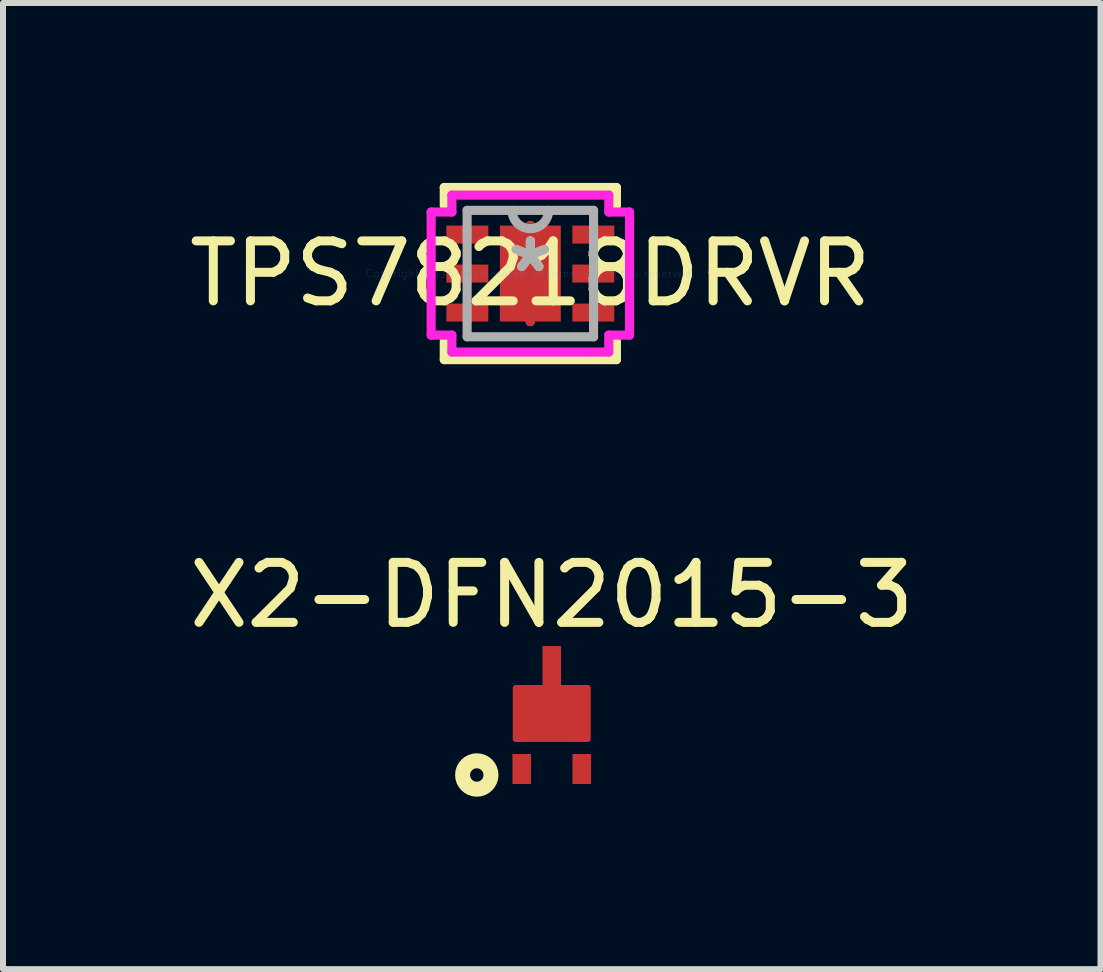
<source format=kicad_pcb>
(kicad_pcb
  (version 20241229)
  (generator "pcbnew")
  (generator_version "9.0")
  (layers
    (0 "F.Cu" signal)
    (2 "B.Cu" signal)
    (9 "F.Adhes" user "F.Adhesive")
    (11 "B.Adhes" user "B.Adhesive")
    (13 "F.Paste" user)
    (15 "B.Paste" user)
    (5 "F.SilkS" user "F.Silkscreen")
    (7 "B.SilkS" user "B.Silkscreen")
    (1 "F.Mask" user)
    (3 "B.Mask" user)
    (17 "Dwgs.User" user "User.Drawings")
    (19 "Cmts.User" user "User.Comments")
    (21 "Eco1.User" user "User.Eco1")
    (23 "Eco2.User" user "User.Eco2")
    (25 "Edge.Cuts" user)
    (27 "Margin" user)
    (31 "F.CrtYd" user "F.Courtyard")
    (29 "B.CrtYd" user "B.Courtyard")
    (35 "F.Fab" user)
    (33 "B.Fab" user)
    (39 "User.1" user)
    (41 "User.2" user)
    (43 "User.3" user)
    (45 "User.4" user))
  (footprint "X2-DFN2015-3"
    (layer "F.Cu")
    (at 6.149 8.871)
    (property "Reference" "X2-DFN2015-3" (at 0 -2 0) (layer "F.SilkS") (effects (font (size 1 1) (thickness 0.15))))
    (attr smd)
    (fp_poly (pts (xy 0.6 0.4) (xy -0.6 0.4) (xy -0.6 -0.45) (xy 0.6 -0.45)) (stroke (width 0.1) (type solid)) (fill yes) (layer "F.Cu"))
    (fp_poly (pts (xy 0.6 0.4) (xy -0.6 0.4) (xy -0.6 -0.45) (xy 0.6 -0.45)) (stroke (width 0.1) (type solid)) (fill yes) (layer "F.Mask"))
    (fp_circle (center -1.25 1) (end -1.138 1) (stroke (width 0.25) (type solid)) (fill no) (layer "F.SilkS"))
    (fp_poly (pts (xy 0.6 0.4) (xy -0.6 0.4) (xy -0.6 -0.45) (xy 0.6 -0.45)) (stroke (width 0.1) (type solid)) (fill yes) (layer "F.Paste"))
    (pad "1" smd rect (at -0.5 0.9) (size 0.31 0.5) (layers "F.Cu" "F.Mask" "F.Paste"))
    (pad "2" smd rect (at 0.5 0.9) (size 0.31 0.5) (layers "F.Cu" "F.Mask" "F.Paste"))
    (pad "3" smd rect (at 0 -0.825) (size 0.31 0.65) (layers "F.Cu" "F.Mask" "F.Paste")))
  (footprint "TPS78218DRVR"
    (layer "F.Cu")
    (at 5.792 1.511)
    (property "Reference" "TPS78218DRVR" (at 0 0 0) (layer "F.SilkS") (effects (font (size 1 1) (thickness 0.15))))
    (attr through_hole)
    (fp_line (start 0 -0.8) (end 0 -0.8) (stroke (width 0.152) (type solid)) (layer "F.Cu"))
    (fp_line (start 0 -0.8) (end 0 -0.8) (stroke (width 0.152) (type solid)) (layer "F.Cu"))
    (fp_line (start 0 -0.8) (end 0 -0.8) (stroke (width 0.152) (type solid)) (layer "F.Cu"))
    (fp_line (start 0 -0.8) (end 0 -0.8) (stroke (width 0.152) (type solid)) (layer "F.Cu"))
    (fp_line (start 0 -0.8) (end 0 -0.8) (stroke (width 0.152) (type solid)) (layer "F.Cu"))
    (fp_line (start 0 -0.8) (end 0 -0.8) (stroke (width 0.152) (type solid)) (layer "F.Cu"))
    (fp_line (start 0 -0.8) (end 0 -0.8) (stroke (width 0.152) (type solid)) (layer "F.Cu"))
    (fp_line (start 0 -0.8) (end 0 -0.8) (stroke (width 0.152) (type solid)) (layer "F.Cu"))
    (fp_line (start 0 0.8) (end 0 0.8) (stroke (width 0.152) (type solid)) (layer "F.Cu"))
    (fp_line (start 0 0.8) (end 0 0.8) (stroke (width 0.152) (type solid)) (layer "F.Cu"))
    (fp_line (start 0 0.8) (end 0 0.8) (stroke (width 0.152) (type solid)) (layer "F.Cu"))
    (fp_line (start 0 0.8) (end 0 0.8) (stroke (width 0.152) (type solid)) (layer "F.Cu"))
    (fp_line (start 0 0.8) (end 0 0.8) (stroke (width 0.152) (type solid)) (layer "F.Cu"))
    (fp_line (start 0 0.8) (end 0 0.8) (stroke (width 0.152) (type solid)) (layer "F.Cu"))
    (fp_line (start 0 0.8) (end 0 0.8) (stroke (width 0.152) (type solid)) (layer "F.Cu"))
    (fp_line (start 0 0.8) (end 0 0.8) (stroke (width 0.152) (type solid)) (layer "F.Cu"))
    (fp_line (start -1.47 -0.87) (end -1.47 -0.43) (stroke (width 0.152) (type solid)) (layer "F.Mask"))
    (fp_line (start -1.47 -0.43) (end -0.63 -0.43) (stroke (width 0.152) (type solid)) (layer "F.Mask"))
    (fp_line (start -1.47 -0.22) (end -1.47 0.22) (stroke (width 0.152) (type solid)) (layer "F.Mask"))
    (fp_line (start -1.47 0.22) (end -0.63 0.22) (stroke (width 0.152) (type solid)) (layer "F.Mask"))
    (fp_line (start -1.47 0.43) (end -1.47 0.87) (stroke (width 0.152) (type solid)) (layer "F.Mask"))
    (fp_line (start -1.47 0.87) (end -0.63 0.87) (stroke (width 0.152) (type solid)) (layer "F.Mask"))
    (fp_line (start -0.63 -0.87) (end -1.47 -0.87) (stroke (width 0.152) (type solid)) (layer "F.Mask"))
    (fp_line (start -0.63 -0.43) (end -0.63 -0.87) (stroke (width 0.152) (type solid)) (layer "F.Mask"))
    (fp_line (start -0.63 -0.22) (end -1.47 -0.22) (stroke (width 0.152) (type solid)) (layer "F.Mask"))
    (fp_line (start -0.63 0.22) (end -0.63 -0.22) (stroke (width 0.152) (type solid)) (layer "F.Mask"))
    (fp_line (start -0.63 0.43) (end -1.47 0.43) (stroke (width 0.152) (type solid)) (layer "F.Mask"))
    (fp_line (start -0.63 0.87) (end -0.63 0.43) (stroke (width 0.152) (type solid)) (layer "F.Mask"))
    (fp_line (start -0.572 -0.864) (end -0.2 -0.864) (stroke (width 0.152) (type solid)) (layer "F.Mask"))
    (fp_line (start -0.572 -0.864) (end 0.572 -0.864) (stroke (width 0.152) (type solid)) (layer "F.Mask"))
    (fp_line (start -0.572 -0.594) (end -0.572 -0.864) (stroke (width 0.152) (type solid)) (layer "F.Mask"))
    (fp_line (start -0.572 -0.194) (end 0.572 -0.194) (stroke (width 0.152) (type solid)) (layer "F.Mask"))
    (fp_line (start -0.572 0.194) (end -0.572 -0.194) (stroke (width 0.152) (type solid)) (layer "F.Mask"))
    (fp_line (start -0.572 0.594) (end 0.572 0.594) (stroke (width 0.152) (type solid)) (layer "F.Mask"))
    (fp_line (start -0.572 0.864) (end -0.572 -0.864) (stroke (width 0.152) (type solid)) (layer "F.Mask"))
    (fp_line (start -0.572 0.864) (end -0.572 0.594) (stroke (width 0.152) (type solid)) (layer "F.Mask"))
    (fp_line (start -0.2 -0.864) (end -0.2 0.864) (stroke (width 0.152) (type solid)) (layer "F.Mask"))
    (fp_line (start -0.2 0.864) (end -0.572 0.864) (stroke (width 0.152) (type solid)) (layer "F.Mask"))
    (fp_line (start 0 -0.8) (end 0 -0.8) (stroke (width 0.152) (type solid)) (layer "F.Mask"))
    (fp_line (start 0 -0.8) (end 0 -0.8) (stroke (width 0.152) (type solid)) (layer "F.Mask"))
    (fp_line (start 0 -0.8) (end 0 -0.8) (stroke (width 0.152) (type solid)) (layer "F.Mask"))
    (fp_line (start 0 -0.8) (end 0 -0.8) (stroke (width 0.152) (type solid)) (layer "F.Mask"))
    (fp_line (start 0 -0.8) (end 0 -0.8) (stroke (width 0.152) (type solid)) (layer "F.Mask"))
    (fp_line (start 0 -0.8) (end 0 -0.8) (stroke (width 0.152) (type solid)) (layer "F.Mask"))
    (fp_line (start 0 -0.8) (end 0 -0.8) (stroke (width 0.152) (type solid)) (layer "F.Mask"))
    (fp_line (start 0 -0.8) (end 0 -0.8) (stroke (width 0.152) (type solid)) (layer "F.Mask"))
    (fp_line (start 0 0.8) (end 0 0.8) (stroke (width 0.152) (type solid)) (layer "F.Mask"))
    (fp_line (start 0 0.8) (end 0 0.8) (stroke (width 0.152) (type solid)) (layer "F.Mask"))
    (fp_line (start 0 0.8) (end 0 0.8) (stroke (width 0.152) (type solid)) (layer "F.Mask"))
    (fp_line (start 0 0.8) (end 0 0.8) (stroke (width 0.152) (type solid)) (layer "F.Mask"))
    (fp_line (start 0 0.8) (end 0 0.8) (stroke (width 0.152) (type solid)) (layer "F.Mask"))
    (fp_line (start 0 0.8) (end 0 0.8) (stroke (width 0.152) (type solid)) (layer "F.Mask"))
    (fp_line (start 0 0.8) (end 0 0.8) (stroke (width 0.152) (type solid)) (layer "F.Mask"))
    (fp_line (start 0 0.8) (end 0 0.8) (stroke (width 0.152) (type solid)) (layer "F.Mask"))
    (fp_line (start 0.2 -0.864) (end 0.572 -0.864) (stroke (width 0.152) (type solid)) (layer "F.Mask"))
    (fp_line (start 0.2 0.864) (end 0.2 -0.864) (stroke (width 0.152) (type solid)) (layer "F.Mask"))
    (fp_line (start 0.572 -0.864) (end 0.572 -0.594) (stroke (width 0.152) (type solid)) (layer "F.Mask"))
    (fp_line (start 0.572 -0.864) (end 0.572 0.864) (stroke (width 0.152) (type solid)) (layer "F.Mask"))
    (fp_line (start 0.572 -0.594) (end -0.572 -0.594) (stroke (width 0.152) (type solid)) (layer "F.Mask"))
    (fp_line (start 0.572 -0.194) (end 0.572 0.194) (stroke (width 0.152) (type solid)) (layer "F.Mask"))
    (fp_line (start 0.572 0.194) (end -0.572 0.194) (stroke (width 0.152) (type solid)) (layer "F.Mask"))
    (fp_line (start 0.572 0.594) (end 0.572 0.864) (stroke (width 0.152) (type solid)) (layer "F.Mask"))
    (fp_line (start 0.572 0.864) (end -0.572 0.864) (stroke (width 0.152) (type solid)) (layer "F.Mask"))
    (fp_line (start 0.572 0.864) (end 0.2 0.864) (stroke (width 0.152) (type solid)) (layer "F.Mask"))
    (fp_line (start 0.63 -0.87) (end 0.63 -0.43) (stroke (width 0.152) (type solid)) (layer "F.Mask"))
    (fp_line (start 0.63 -0.43) (end 1.47 -0.43) (stroke (width 0.152) (type solid)) (layer "F.Mask"))
    (fp_line (start 0.63 -0.22) (end 0.63 0.22) (stroke (width 0.152) (type solid)) (layer "F.Mask"))
    (fp_line (start 0.63 0.22) (end 1.47 0.22) (stroke (width 0.152) (type solid)) (layer "F.Mask"))
    (fp_line (start 0.63 0.43) (end 0.63 0.87) (stroke (width 0.152) (type solid)) (layer "F.Mask"))
    (fp_line (start 0.63 0.87) (end 1.47 0.87) (stroke (width 0.152) (type solid)) (layer "F.Mask"))
    (fp_line (start 1.47 -0.87) (end 0.63 -0.87) (stroke (width 0.152) (type solid)) (layer "F.Mask"))
    (fp_line (start 1.47 -0.43) (end 1.47 -0.87) (stroke (width 0.152) (type solid)) (layer "F.Mask"))
    (fp_line (start 1.47 -0.22) (end 0.63 -0.22) (stroke (width 0.152) (type solid)) (layer "F.Mask"))
    (fp_line (start 1.47 0.22) (end 1.47 -0.22) (stroke (width 0.152) (type solid)) (layer "F.Mask"))
    (fp_line (start 1.47 0.43) (end 0.63 0.43) (stroke (width 0.152) (type solid)) (layer "F.Mask"))
    (fp_line (start 1.47 0.87) (end 1.47 0.43) (stroke (width 0.152) (type solid)) (layer "F.Mask"))
    (fp_line (start -1.435 -1.435) (end -1.435 -1.131) (stroke (width 0.152) (type solid)) (layer "F.SilkS"))
    (fp_line (start -1.435 1.131) (end -1.435 1.435) (stroke (width 0.152) (type solid)) (layer "F.SilkS"))
    (fp_line (start -1.435 1.435) (end 1.435 1.435) (stroke (width 0.152) (type solid)) (layer "F.SilkS"))
    (fp_line (start 1.435 -1.435) (end -1.435 -1.435) (stroke (width 0.152) (type solid)) (layer "F.SilkS"))
    (fp_line (start 1.435 -1.131) (end 1.435 -1.435) (stroke (width 0.152) (type solid)) (layer "F.SilkS"))
    (fp_line (start 1.435 1.435) (end 1.435 1.131) (stroke (width 0.152) (type solid)) (layer "F.SilkS"))
    (fp_line (start -1.375 -0.775) (end -1.375 -0.525) (stroke (width 0.152) (type solid)) (layer "F.Paste"))
    (fp_line (start -1.375 -0.525) (end -0.725 -0.525) (stroke (width 0.152) (type solid)) (layer "F.Paste"))
    (fp_line (start -1.375 -0.125) (end -1.375 0.125) (stroke (width 0.152) (type solid)) (layer "F.Paste"))
    (fp_line (start -1.375 0.125) (end -0.725 0.125) (stroke (width 0.152) (type solid)) (layer "F.Paste"))
    (fp_line (start -1.375 0.525) (end -1.375 0.775) (stroke (width 0.152) (type solid)) (layer "F.Paste"))
    (fp_line (start -1.375 0.775) (end -0.725 0.775) (stroke (width 0.152) (type solid)) (layer "F.Paste"))
    (fp_line (start -0.725 -0.775) (end -1.375 -0.775) (stroke (width 0.152) (type solid)) (layer "F.Paste"))
    (fp_line (start -0.725 -0.525) (end -0.725 -0.775) (stroke (width 0.152) (type solid)) (layer "F.Paste"))
    (fp_line (start -0.725 -0.125) (end -1.375 -0.125) (stroke (width 0.152) (type solid)) (layer "F.Paste"))
    (fp_line (start -0.725 0.125) (end -0.725 -0.125) (stroke (width 0.152) (type solid)) (layer "F.Paste"))
    (fp_line (start -0.725 0.525) (end -1.375 0.525) (stroke (width 0.152) (type solid)) (layer "F.Paste"))
    (fp_line (start -0.725 0.775) (end -0.725 0.525) (stroke (width 0.152) (type solid)) (layer "F.Paste"))
    (fp_line (start -0.433 -0.725) (end -0.433 -0.494) (stroke (width 0.152) (type solid)) (layer "F.Paste"))
    (fp_line (start -0.433 -0.494) (end -0.241 -0.494) (stroke (width 0.152) (type solid)) (layer "F.Paste"))
    (fp_line (start -0.433 -0.294) (end -0.433 0.294) (stroke (width 0.152) (type solid)) (layer "F.Paste"))
    (fp_line (start -0.433 0.294) (end -0.241 0.294) (stroke (width 0.152) (type solid)) (layer "F.Paste"))
    (fp_line (start -0.433 0.494) (end -0.433 0.725) (stroke (width 0.152) (type solid)) (layer "F.Paste"))
    (fp_line (start -0.433 0.725) (end -0.1 0.725) (stroke (width 0.152) (type solid)) (layer "F.Paste"))
    (fp_line (start -0.241 -0.494) (end -0.241 -0.494) (stroke (width 0.152) (type solid)) (layer "F.Paste"))
    (fp_line (start -0.241 -0.494) (end -0.1 -0.635) (stroke (width 0.152) (type solid)) (layer "F.Paste"))
    (fp_line (start -0.241 -0.294) (end -0.433 -0.294) (stroke (width 0.152) (type solid)) (layer "F.Paste"))
    (fp_line (start -0.241 -0.294) (end -0.241 -0.294) (stroke (width 0.152) (type solid)) (layer "F.Paste"))
    (fp_line (start -0.241 0.294) (end -0.241 0.294) (stroke (width 0.152) (type solid)) (layer "F.Paste"))
    (fp_line (start -0.241 0.294) (end -0.1 0.152) (stroke (width 0.152) (type solid)) (layer "F.Paste"))
    (fp_line (start -0.241 0.494) (end -0.433 0.494) (stroke (width 0.152) (type solid)) (layer "F.Paste"))
    (fp_line (start -0.241 0.494) (end -0.241 0.494) (stroke (width 0.152) (type solid)) (layer "F.Paste"))
    (fp_line (start -0.1 -0.725) (end -0.433 -0.725) (stroke (width 0.152) (type solid)) (layer "F.Paste"))
    (fp_line (start -0.1 -0.635) (end -0.1 -0.725) (stroke (width 0.152) (type solid)) (layer "F.Paste"))
    (fp_line (start -0.1 -0.635) (end -0.1 -0.635) (stroke (width 0.152) (type solid)) (layer "F.Paste"))
    (fp_line (start -0.1 -0.152) (end -0.241 -0.294) (stroke (width 0.152) (type solid)) (layer "F.Paste"))
    (fp_line (start -0.1 -0.152) (end -0.1 -0.152) (stroke (width 0.152) (type solid)) (layer "F.Paste"))
    (fp_line (start -0.1 0.152) (end -0.1 -0.152) (stroke (width 0.152) (type solid)) (layer "F.Paste"))
    (fp_line (start -0.1 0.152) (end -0.1 0.152) (stroke (width 0.152) (type solid)) (layer "F.Paste"))
    (fp_line (start -0.1 0.635) (end -0.241 0.494) (stroke (width 0.152) (type solid)) (layer "F.Paste"))
    (fp_line (start -0.1 0.635) (end -0.1 0.635) (stroke (width 0.152) (type solid)) (layer "F.Paste"))
    (fp_line (start -0.1 0.725) (end -0.1 0.635) (stroke (width 0.152) (type solid)) (layer "F.Paste"))
    (fp_line (start 0.1 -0.725) (end 0.1 -0.635) (stroke (width 0.152) (type solid)) (layer "F.Paste"))
    (fp_line (start 0.1 -0.635) (end 0.1 -0.635) (stroke (width 0.152) (type solid)) (layer "F.Paste"))
    (fp_line (start 0.1 -0.635) (end 0.241 -0.494) (stroke (width 0.152) (type solid)) (layer "F.Paste"))
    (fp_line (start 0.1 -0.152) (end 0.1 -0.152) (stroke (width 0.152) (type solid)) (layer "F.Paste"))
    (fp_line (start 0.1 -0.152) (end 0.1 0.152) (stroke (width 0.152) (type solid)) (layer "F.Paste"))
    (fp_line (start 0.1 0.152) (end 0.1 0.152) (stroke (width 0.152) (type solid)) (layer "F.Paste"))
    (fp_line (start 0.1 0.152) (end 0.241 0.294) (stroke (width 0.152) (type solid)) (layer "F.Paste"))
    (fp_line (start 0.1 0.635) (end 0.1 0.635) (stroke (width 0.152) (type solid)) (layer "F.Paste"))
    (fp_line (start 0.1 0.635) (end 0.1 0.725) (stroke (width 0.152) (type solid)) (layer "F.Paste"))
    (fp_line (start 0.1 0.725) (end 0.433 0.725) (stroke (width 0.152) (type solid)) (layer "F.Paste"))
    (fp_line (start 0.241 -0.494) (end 0.241 -0.494) (stroke (width 0.152) (type solid)) (layer "F.Paste"))
    (fp_line (start 0.241 -0.494) (end 0.433 -0.494) (stroke (width 0.152) (type solid)) (layer "F.Paste"))
    (fp_line (start 0.241 -0.294) (end 0.1 -0.152) (stroke (width 0.152) (type solid)) (layer "F.Paste"))
    (fp_line (start 0.241 -0.294) (end 0.241 -0.294) (stroke (width 0.152) (type solid)) (layer "F.Paste"))
    (fp_line (start 0.241 0.294) (end 0.241 0.294) (stroke (width 0.152) (type solid)) (layer "F.Paste"))
    (fp_line (start 0.241 0.294) (end 0.433 0.294) (stroke (width 0.152) (type solid)) (layer "F.Paste"))
    (fp_line (start 0.241 0.494) (end 0.1 0.635) (stroke (width 0.152) (type solid)) (layer "F.Paste"))
    (fp_line (start 0.241 0.494) (end 0.241 0.494) (stroke (width 0.152) (type solid)) (layer "F.Paste"))
    (fp_line (start 0.433 -0.725) (end 0.1 -0.725) (stroke (width 0.152) (type solid)) (layer "F.Paste"))
    (fp_line (start 0.433 -0.494) (end 0.433 -0.725) (stroke (width 0.152) (type solid)) (layer "F.Paste"))
    (fp_line (start 0.433 -0.294) (end 0.241 -0.294) (stroke (width 0.152) (type solid)) (layer "F.Paste"))
    (fp_line (start 0.433 0.294) (end 0.433 -0.294) (stroke (width 0.152) (type solid)) (layer "F.Paste"))
    (fp_line (start 0.433 0.494) (end 0.241 0.494) (stroke (width 0.152) (type solid)) (layer "F.Paste"))
    (fp_line (start 0.433 0.725) (end 0.433 0.494) (stroke (width 0.152) (type solid)) (layer "F.Paste"))
    (fp_line (start 0.725 -0.775) (end 0.725 -0.525) (stroke (width 0.152) (type solid)) (layer "F.Paste"))
    (fp_line (start 0.725 -0.525) (end 1.375 -0.525) (stroke (width 0.152) (type solid)) (layer "F.Paste"))
    (fp_line (start 0.725 -0.125) (end 0.725 0.125) (stroke (width 0.152) (type solid)) (layer "F.Paste"))
    (fp_line (start 0.725 0.125) (end 1.375 0.125) (stroke (width 0.152) (type solid)) (layer "F.Paste"))
    (fp_line (start 0.725 0.525) (end 0.725 0.775) (stroke (width 0.152) (type solid)) (layer "F.Paste"))
    (fp_line (start 0.725 0.775) (end 1.375 0.775) (stroke (width 0.152) (type solid)) (layer "F.Paste"))
    (fp_line (start 1.375 -0.775) (end 0.725 -0.775) (stroke (width 0.152) (type solid)) (layer "F.Paste"))
    (fp_line (start 1.375 -0.525) (end 1.375 -0.775) (stroke (width 0.152) (type solid)) (layer "F.Paste"))
    (fp_line (start 1.375 -0.125) (end 0.725 -0.125) (stroke (width 0.152) (type solid)) (layer "F.Paste"))
    (fp_line (start 1.375 0.125) (end 1.375 -0.125) (stroke (width 0.152) (type solid)) (layer "F.Paste"))
    (fp_line (start 1.375 0.525) (end 0.725 0.525) (stroke (width 0.152) (type solid)) (layer "F.Paste"))
    (fp_line (start 1.375 0.775) (end 1.375 0.525) (stroke (width 0.152) (type solid)) (layer "F.Paste"))
    (fp_circle (center 0 -0.394) (end 0.191 -0.394) (stroke (width 0.152) (type solid)) (fill no) (layer "Eco1.User"))
    (fp_circle (center 0 0.394) (end 0.191 0.394) (stroke (width 0.152) (type solid)) (fill no) (layer "Eco1.User"))
    (fp_line (start -1.654 -1.026) (end -1.308 -1.026) (stroke (width 0.152) (type solid)) (layer "F.CrtYd"))
    (fp_line (start -1.654 1.026) (end -1.654 -1.026) (stroke (width 0.152) (type solid)) (layer "F.CrtYd"))
    (fp_line (start -1.308 -1.308) (end 1.308 -1.308) (stroke (width 0.152) (type solid)) (layer "F.CrtYd"))
    (fp_line (start -1.308 -1.026) (end -1.308 -1.308) (stroke (width 0.152) (type solid)) (layer "F.CrtYd"))
    (fp_line (start -1.308 1.026) (end -1.654 1.026) (stroke (width 0.152) (type solid)) (layer "F.CrtYd"))
    (fp_line (start -1.308 1.308) (end -1.308 1.026) (stroke (width 0.152) (type solid)) (layer "F.CrtYd"))
    (fp_line (start 1.308 -1.308) (end 1.308 -1.026) (stroke (width 0.152) (type solid)) (layer "F.CrtYd"))
    (fp_line (start 1.308 -1.026) (end 1.654 -1.026) (stroke (width 0.152) (type solid)) (layer "F.CrtYd"))
    (fp_line (start 1.308 1.026) (end 1.308 1.308) (stroke (width 0.152) (type solid)) (layer "F.CrtYd"))
    (fp_line (start 1.308 1.308) (end -1.308 1.308) (stroke (width 0.152) (type solid)) (layer "F.CrtYd"))
    (fp_line (start 1.654 -1.026) (end 1.654 1.026) (stroke (width 0.152) (type solid)) (layer "F.CrtYd"))
    (fp_line (start 1.654 1.026) (end 1.308 1.026) (stroke (width 0.152) (type solid)) (layer "F.CrtYd"))
    (fp_line (start -1.054 -1.054) (end -1.054 1.054) (stroke (width 0.152) (type solid)) (layer "F.Fab"))
    (fp_line (start -1.054 1.054) (end 1.054 1.054) (stroke (width 0.152) (type solid)) (layer "F.Fab"))
    (fp_line (start 1.054 -1.054) (end -1.054 -1.054) (stroke (width 0.152) (type solid)) (layer "F.Fab"))
    (fp_line (start 1.054 1.054) (end 1.054 -1.054) (stroke (width 0.152) (type solid)) (layer "F.Fab"))
    (fp_arc (start 0.3048 -1.0541) (mid 0 -0.7493) (end -0.3048 -1.0541) (stroke (width 0.1524) (type solid)) (layer "F.Fab"))
    (fp_text user "*" (at 0 0 0) (layer "F.SilkS") (effects (font (size 1 1) (thickness 0.15))))
    (fp_text user "Copyright 2016 Accelerated Designs. All rights reserved." (at 0 0 0) (layer "Cmts.User") (effects (font (size 0.127 0.127) (thickness 0.002))))
    (fp_text user "*" (at 0 0 0) (layer "F.Fab") (effects (font (size 1 1) (thickness 0.15))))
    (pad "1" smd rect (at -1.05 -0.65) (size 0.7 0.3) (layers "F.Cu" "F.Mask" "F.Paste"))
    (pad "2" smd rect (at -1.05 0) (size 0.7 0.3) (layers "F.Cu" "F.Mask" "F.Paste"))
    (pad "3" smd rect (at -1.05 0.65) (size 0.7 0.3) (layers "F.Cu" "F.Mask" "F.Paste"))
    (pad "4" smd rect (at 1.05 0.65) (size 0.7 0.3) (layers "F.Cu" "F.Mask" "F.Paste"))
    (pad "5" smd rect (at 1.05 0) (size 0.7 0.3) (layers "F.Cu" "F.Mask" "F.Paste"))
    (pad "6" smd rect (at 1.05 -0.65) (size 0.7 0.3) (layers "F.Cu" "F.Mask" "F.Paste"))
    (pad "7" smd rect (at 0 0) (size 1.016 1.6) (layers "F.Cu" "F.Mask" "F.Paste")))
  (gr_rect
    (start -3 -3)
    (end 15.298 13.108)
    (stroke (width 0.1) (type default))
    (fill no)
    (layer "Edge.Cuts")))
</source>
